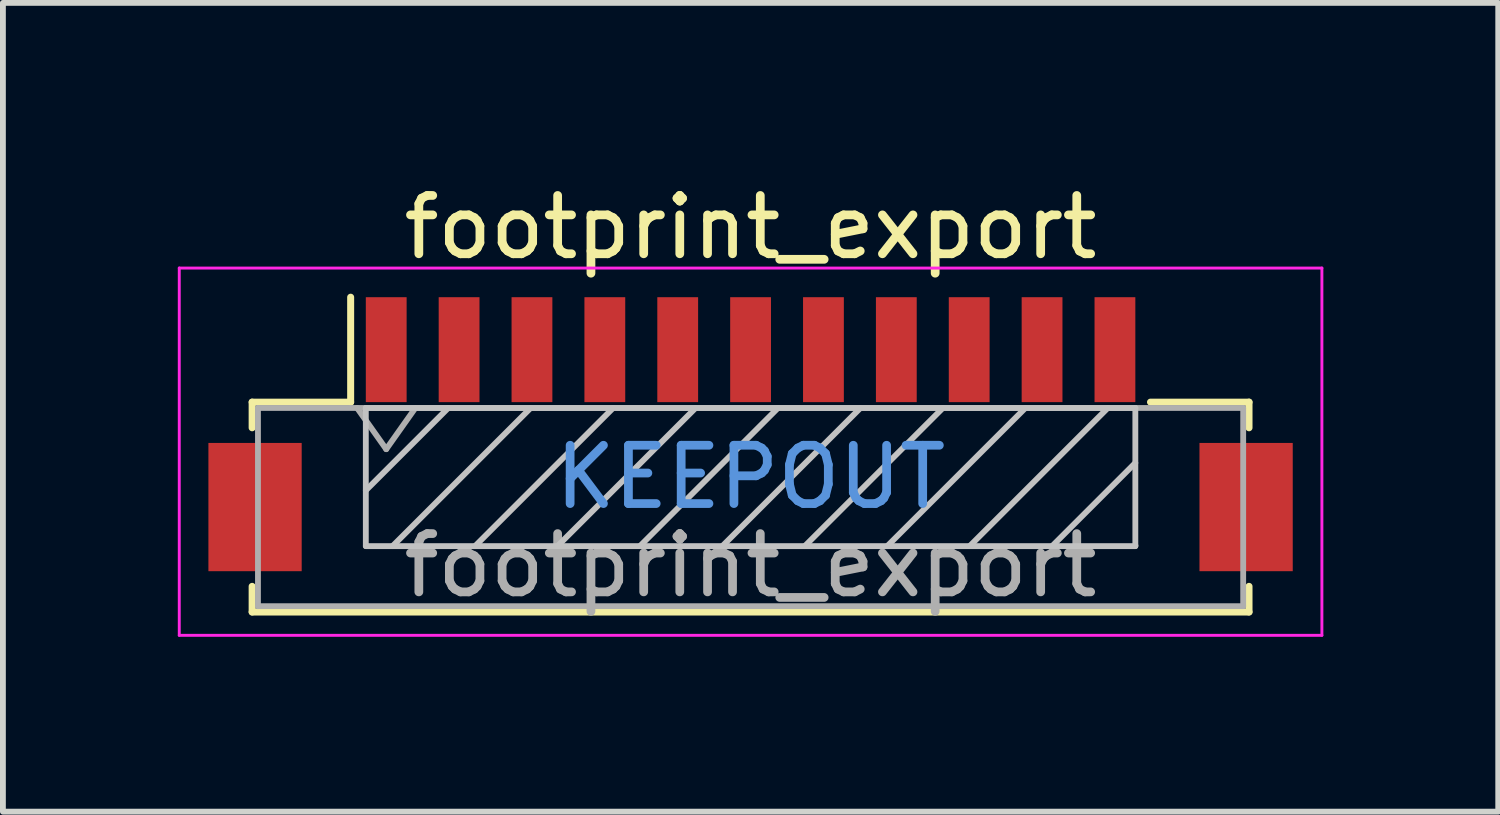
<source format=kicad_pcb>
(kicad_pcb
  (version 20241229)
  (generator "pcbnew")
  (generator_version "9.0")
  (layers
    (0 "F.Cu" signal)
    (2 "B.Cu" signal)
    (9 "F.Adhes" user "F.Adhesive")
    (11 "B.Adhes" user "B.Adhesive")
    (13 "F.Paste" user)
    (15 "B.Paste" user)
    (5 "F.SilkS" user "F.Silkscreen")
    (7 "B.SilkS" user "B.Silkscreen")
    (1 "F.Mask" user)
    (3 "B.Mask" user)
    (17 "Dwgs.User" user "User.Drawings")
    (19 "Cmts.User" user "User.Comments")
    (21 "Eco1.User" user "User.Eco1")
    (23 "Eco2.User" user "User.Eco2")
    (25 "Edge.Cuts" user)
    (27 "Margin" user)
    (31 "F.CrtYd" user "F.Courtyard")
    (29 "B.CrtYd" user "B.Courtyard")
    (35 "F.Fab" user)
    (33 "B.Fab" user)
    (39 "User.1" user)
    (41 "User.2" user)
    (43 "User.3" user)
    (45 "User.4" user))
  (footprint "footprint_export"
    (layer "F.Cu")
    (at 9.825 4.398)
    (property "Reference" "footprint_export" (at 0 -3.55 0) (layer "F.SilkS") (effects (font (size 1 1) (thickness 0.15))))
    (attr smd)
    (fp_line (start -8.55 -0.55) (end -8.55 -0.11) (stroke (width 0.12) (type solid)) (layer "F.SilkS"))
    (fp_line (start -8.55 2.61) (end -8.55 3.05) (stroke (width 0.12) (type solid)) (layer "F.SilkS"))
    (fp_line (start -8.55 3.05) (end 8.55 3.05) (stroke (width 0.12) (type solid)) (layer "F.SilkS"))
    (fp_line (start -6.86 -0.55) (end -8.55 -0.55) (stroke (width 0.12) (type solid)) (layer "F.SilkS"))
    (fp_line (start -6.86 -0.55) (end -6.86 -2.35) (stroke (width 0.12) (type solid)) (layer "F.SilkS"))
    (fp_line (start 6.86 -0.55) (end 8.55 -0.55) (stroke (width 0.12) (type solid)) (layer "F.SilkS"))
    (fp_line (start 8.55 -0.55) (end 8.55 -0.11) (stroke (width 0.12) (type solid)) (layer "F.SilkS"))
    (fp_line (start 8.55 3.05) (end 8.55 2.61) (stroke (width 0.12) (type solid)) (layer "F.SilkS"))
    (fp_line (start -6.6 -0.45) (end -6.6 1.92) (stroke (width 0.1) (type solid)) (layer "Dwgs.User"))
    (fp_line (start -6.6 1.92) (end 6.6 1.92) (stroke (width 0.1) (type solid)) (layer "Dwgs.User"))
    (fp_line (start -5.186 -0.45) (end -6.6 0.964) (stroke (width 0.1) (type solid)) (layer "Dwgs.User"))
    (fp_line (start -3.772 -0.45) (end -6.142 1.92) (stroke (width 0.1) (type solid)) (layer "Dwgs.User"))
    (fp_line (start -2.357 -0.45) (end -4.727 1.92) (stroke (width 0.1) (type solid)) (layer "Dwgs.User"))
    (fp_line (start -0.943 -0.45) (end -3.313 1.92) (stroke (width 0.1) (type solid)) (layer "Dwgs.User"))
    (fp_line (start 0.471 -0.45) (end -1.899 1.92) (stroke (width 0.1) (type solid)) (layer "Dwgs.User"))
    (fp_line (start 1.885 -0.45) (end -0.485 1.92) (stroke (width 0.1) (type solid)) (layer "Dwgs.User"))
    (fp_line (start 3.299 -0.45) (end 0.929 1.92) (stroke (width 0.1) (type solid)) (layer "Dwgs.User"))
    (fp_line (start 4.714 -0.45) (end 2.344 1.92) (stroke (width 0.1) (type solid)) (layer "Dwgs.User"))
    (fp_line (start 6.128 -0.45) (end 3.758 1.92) (stroke (width 0.1) (type solid)) (layer "Dwgs.User"))
    (fp_line (start 6.6 -0.45) (end -6.6 -0.45) (stroke (width 0.1) (type solid)) (layer "Dwgs.User"))
    (fp_line (start 6.6 0.492) (end 5.172 1.92) (stroke (width 0.1) (type solid)) (layer "Dwgs.User"))
    (fp_line (start 6.6 1.906) (end 6.586 1.92) (stroke (width 0.1) (type solid)) (layer "Dwgs.User"))
    (fp_line (start 6.6 1.92) (end 6.6 -0.45) (stroke (width 0.1) (type solid)) (layer "Dwgs.User"))
    (fp_line (start -9.8 -2.85) (end -9.8 3.45) (stroke (width 0.05) (type solid)) (layer "F.CrtYd"))
    (fp_line (start -9.8 3.45) (end 9.8 3.45) (stroke (width 0.05) (type solid)) (layer "F.CrtYd"))
    (fp_line (start 9.8 -2.85) (end -9.8 -2.85) (stroke (width 0.05) (type solid)) (layer "F.CrtYd"))
    (fp_line (start 9.8 3.45) (end 9.8 -2.85) (stroke (width 0.05) (type solid)) (layer "F.CrtYd"))
    (fp_line (start -8.45 -0.45) (end -8.45 2.95) (stroke (width 0.1) (type solid)) (layer "F.Fab"))
    (fp_line (start -8.45 2.95) (end 8.45 2.95) (stroke (width 0.1) (type solid)) (layer "F.Fab"))
    (fp_line (start -6.75 -0.45) (end -6.25 0.257) (stroke (width 0.1) (type solid)) (layer "F.Fab"))
    (fp_line (start -6.25 0.257) (end -5.75 -0.45) (stroke (width 0.1) (type solid)) (layer "F.Fab"))
    (fp_line (start 8.45 -0.45) (end -8.45 -0.45) (stroke (width 0.1) (type solid)) (layer "F.Fab"))
    (fp_line (start 8.45 2.95) (end 8.45 -0.45) (stroke (width 0.1) (type solid)) (layer "F.Fab"))
    (fp_text user "KEEPOUT" (at 0 0.735 0) (layer "Cmts.User") (effects (font (size 1 1) (thickness 0.15))))
    (fp_text user "${REFERENCE}" (at 0 2.25 0) (layer "F.Fab") (effects (font (size 1 1) (thickness 0.15))))
    (pad "1" smd rect (at -6.25 -1.45) (size 0.7 1.8) (layers "F.Cu" "F.Mask" "F.Paste"))
    (pad "2" smd rect (at -5 -1.45) (size 0.7 1.8) (layers "F.Cu" "F.Mask" "F.Paste"))
    (pad "3" smd rect (at -3.75 -1.45) (size 0.7 1.8) (layers "F.Cu" "F.Mask" "F.Paste"))
    (pad "4" smd rect (at -2.5 -1.45) (size 0.7 1.8) (layers "F.Cu" "F.Mask" "F.Paste"))
    (pad "5" smd rect (at -1.25 -1.45) (size 0.7 1.8) (layers "F.Cu" "F.Mask" "F.Paste"))
    (pad "6" smd rect (at 0 -1.45) (size 0.7 1.8) (layers "F.Cu" "F.Mask" "F.Paste"))
    (pad "7" smd rect (at 1.25 -1.45) (size 0.7 1.8) (layers "F.Cu" "F.Mask" "F.Paste"))
    (pad "8" smd rect (at 2.5 -1.45) (size 0.7 1.8) (layers "F.Cu" "F.Mask" "F.Paste"))
    (pad "9" smd rect (at 3.75 -1.45) (size 0.7 1.8) (layers "F.Cu" "F.Mask" "F.Paste"))
    (pad "10" smd rect (at 5 -1.45) (size 0.7 1.8) (layers "F.Cu" "F.Mask" "F.Paste"))
    (pad "11" smd rect (at 6.25 -1.45) (size 0.7 1.8) (layers "F.Cu" "F.Mask" "F.Paste"))
    (pad "MP" smd rect (at -8.5 1.25) (size 1.6 2.2) (layers "F.Cu" "F.Mask" "F.Paste"))
    (pad "MP" smd rect (at 8.5 1.25) (size 1.6 2.2) (layers "F.Cu" "F.Mask" "F.Paste")))
  (gr_rect
    (start -3 -3)
    (end 22.65 10.873)
    (stroke (width 0.1) (type default))
    (fill no)
    (layer "Edge.Cuts")))
</source>
